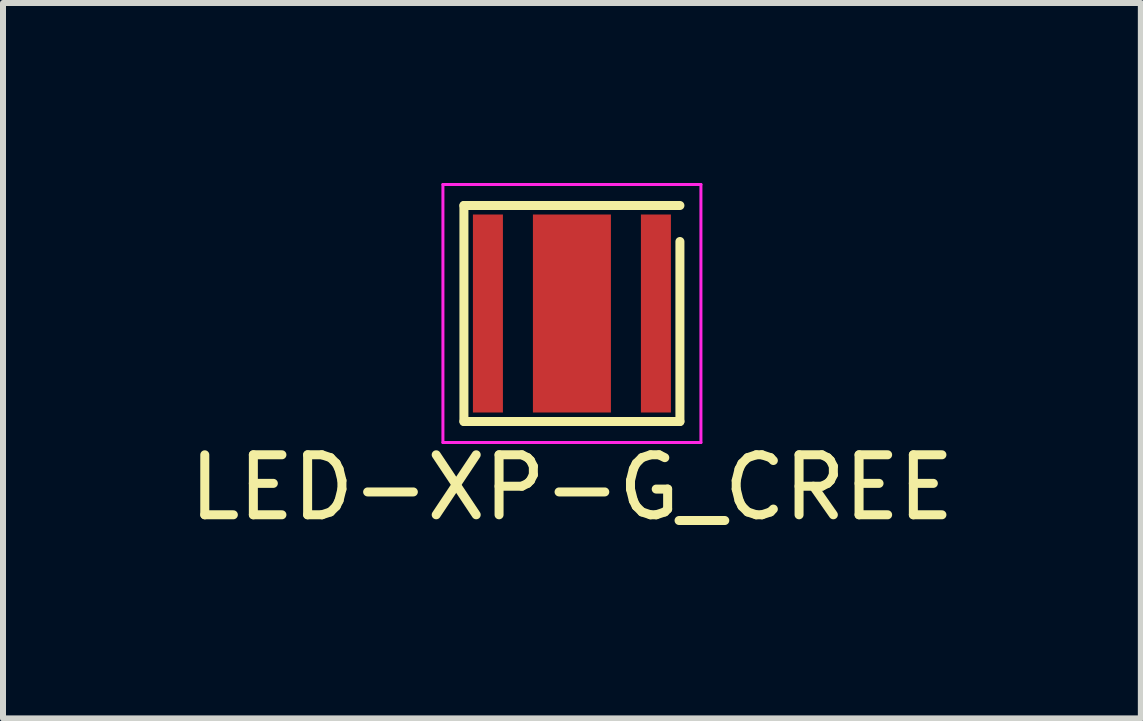
<source format=kicad_pcb>
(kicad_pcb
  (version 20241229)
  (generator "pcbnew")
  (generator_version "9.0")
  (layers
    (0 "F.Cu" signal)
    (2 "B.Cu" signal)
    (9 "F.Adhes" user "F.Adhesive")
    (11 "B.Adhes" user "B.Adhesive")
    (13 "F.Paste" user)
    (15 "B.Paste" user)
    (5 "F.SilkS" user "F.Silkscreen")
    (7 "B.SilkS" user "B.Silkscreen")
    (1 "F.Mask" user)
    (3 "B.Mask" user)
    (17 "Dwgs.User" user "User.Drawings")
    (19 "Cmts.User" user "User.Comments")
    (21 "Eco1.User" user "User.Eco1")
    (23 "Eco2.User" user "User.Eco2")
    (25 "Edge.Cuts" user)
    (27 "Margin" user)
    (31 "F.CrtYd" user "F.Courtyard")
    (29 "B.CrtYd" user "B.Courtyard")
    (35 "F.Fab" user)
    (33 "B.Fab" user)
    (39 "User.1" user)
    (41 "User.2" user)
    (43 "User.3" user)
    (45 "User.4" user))
  (footprint "LED-XP-G_CREE"
    (layer "F.Cu")
    (at 6.482 2.175)
    (property "Reference" "LED-XP-G_CREE" (at 0 2.9 0) (layer "F.SilkS") (effects (font (size 1 1) (thickness 0.15))))
    (attr smd)
    (fp_line (start -1.8 -1.8) (end 1.8 -1.8) (stroke (width 0.15) (type solid)) (layer "F.SilkS"))
    (fp_line (start -1.8 1.8) (end -1.8 -1.8) (stroke (width 0.15) (type solid)) (layer "F.SilkS"))
    (fp_line (start 1.8 -1.2) (end 1.8 1.8) (stroke (width 0.15) (type solid)) (layer "F.SilkS"))
    (fp_line (start 1.8 1.8) (end -1.8 1.8) (stroke (width 0.15) (type solid)) (layer "F.SilkS"))
    (fp_line (start -2.15 -2.15) (end 2.15 -2.15) (stroke (width 0.05) (type solid)) (layer "F.CrtYd"))
    (fp_line (start -2.15 2.15) (end -2.15 -2.15) (stroke (width 0.05) (type solid)) (layer "F.CrtYd"))
    (fp_line (start 2.15 -2.15) (end 2.15 2.15) (stroke (width 0.05) (type solid)) (layer "F.CrtYd"))
    (fp_line (start 2.15 2.15) (end -2.15 2.15) (stroke (width 0.05) (type solid)) (layer "F.CrtYd"))
    (pad "1" smd rect (at -1.4 0) (size 0.5 3.3) (layers "F.Cu" "F.Mask" "F.Paste"))
    (pad "2" smd rect (at 1.4 0) (size 0.5 3.3) (layers "F.Cu" "F.Mask" "F.Paste"))
    (pad "3" smd rect (at 0 0) (size 1.3 3.3) (layers "F.Cu" "F.Mask" "F.Paste")))
  (gr_rect
    (start -3 -3)
    (end 15.964 8.923)
    (stroke (width 0.1) (type default))
    (fill no)
    (layer "Edge.Cuts")))
</source>
